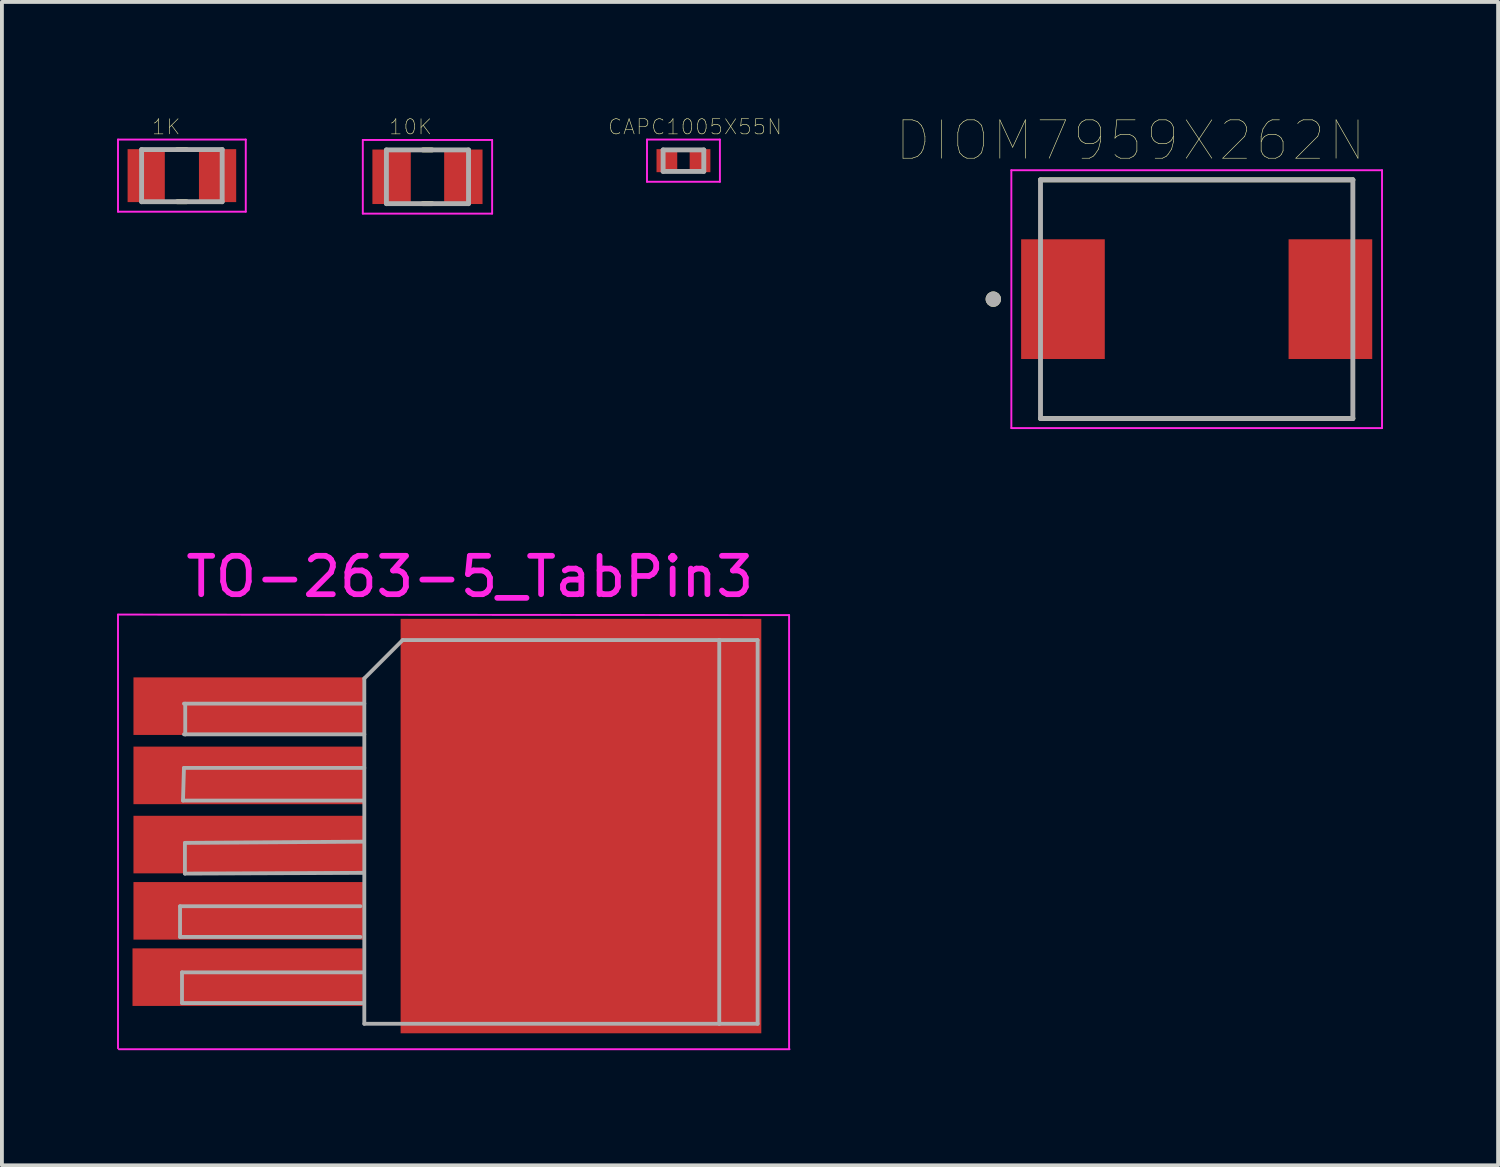
<source format=kicad_pcb>
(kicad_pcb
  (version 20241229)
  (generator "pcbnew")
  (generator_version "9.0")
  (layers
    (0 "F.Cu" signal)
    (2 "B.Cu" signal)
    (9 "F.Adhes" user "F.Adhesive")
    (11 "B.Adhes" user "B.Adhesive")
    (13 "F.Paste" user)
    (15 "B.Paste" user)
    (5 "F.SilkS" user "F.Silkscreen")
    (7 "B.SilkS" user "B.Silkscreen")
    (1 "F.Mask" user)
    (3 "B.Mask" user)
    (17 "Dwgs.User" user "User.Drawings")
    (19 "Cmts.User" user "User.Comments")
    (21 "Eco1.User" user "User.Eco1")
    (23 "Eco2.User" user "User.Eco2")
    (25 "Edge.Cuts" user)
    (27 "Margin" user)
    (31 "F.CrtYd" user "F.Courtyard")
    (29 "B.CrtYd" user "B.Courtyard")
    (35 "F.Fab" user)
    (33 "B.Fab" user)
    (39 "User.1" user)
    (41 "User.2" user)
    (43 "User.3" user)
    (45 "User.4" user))
  (footprint "DIOM7959X262N"
    (layer "F.Cu")
    (at 28.136 4.746)
    (property "Reference" "DIOM7959X262N" (at -1.725 -4.135 0) (layer "F.SilkS") (effects (font (size 1 1) (thickness 0.015))))
    (attr through_hole)
    (fp_line (start -4.07 -3.11) (end 4.07 -3.11) (stroke (width 0.127) (type solid)) (layer "F.SilkS"))
    (fp_line (start -4.07 3.11) (end 4.07 3.11) (stroke (width 0.127) (type solid)) (layer "F.SilkS"))
    (fp_circle (center -5.3 0) (end -5.2 0) (stroke (width 0.2) (type solid)) (fill no) (layer "F.SilkS"))
    (fp_line (start -4.83 -3.36) (end 4.83 -3.36) (stroke (width 0.05) (type solid)) (layer "F.CrtYd"))
    (fp_line (start -4.83 3.36) (end -4.83 -3.36) (stroke (width 0.05) (type solid)) (layer "F.CrtYd"))
    (fp_line (start 4.83 -3.36) (end 4.83 3.36) (stroke (width 0.05) (type solid)) (layer "F.CrtYd"))
    (fp_line (start 4.83 3.36) (end -4.83 3.36) (stroke (width 0.05) (type solid)) (layer "F.CrtYd"))
    (fp_line (start -4.07 -3.11) (end 4.07 -3.11) (stroke (width 0.127) (type solid)) (layer "F.Fab"))
    (fp_line (start -4.07 3.11) (end -4.07 -3.11) (stroke (width 0.127) (type solid)) (layer "F.Fab"))
    (fp_line (start 4.07 -3.11) (end 4.07 3.11) (stroke (width 0.127) (type solid)) (layer "F.Fab"))
    (fp_line (start 4.07 3.11) (end -4.07 3.11) (stroke (width 0.127) (type solid)) (layer "F.Fab"))
    (fp_circle (center -5.3 0) (end -5.2 0) (stroke (width 0.2) (type solid)) (fill no) (layer "F.Fab"))
    (pad "A" smd rect (at 3.485 0) (size 2.18 3.12) (layers "F.Cu" "F.Mask" "F.Paste"))
    (pad "C" smd rect (at -3.485 0) (size 2.18 3.12) (layers "F.Cu" "F.Mask" "F.Paste")))
  (footprint "CAPC1005X55N"
    (layer "F.Cu")
    (at 14.761 1.137)
    (property "Reference" "CAPC1005X55N" (at 0.3 -0.88 0) (layer "F.SilkS") (effects (font (size 0.394 0.394) (thickness 0.015))))
    (attr through_hole)
    (fp_line (start -0.95 -0.55) (end 0.95 -0.55) (stroke (width 0.05) (type solid)) (layer "F.CrtYd"))
    (fp_line (start -0.95 0.55) (end -0.95 -0.55) (stroke (width 0.05) (type solid)) (layer "F.CrtYd"))
    (fp_line (start -0.95 0.55) (end 0.95 0.55) (stroke (width 0.05) (type solid)) (layer "F.CrtYd"))
    (fp_line (start 0.95 0.55) (end 0.95 -0.55) (stroke (width 0.05) (type solid)) (layer "F.CrtYd"))
    (fp_line (start -0.53 0.28) (end -0.53 -0.28) (stroke (width 0.127) (type solid)) (layer "F.Fab"))
    (fp_line (start 0.53 -0.28) (end -0.53 -0.28) (stroke (width 0.127) (type solid)) (layer "F.Fab"))
    (fp_line (start 0.53 0.28) (end -0.53 0.28) (stroke (width 0.127) (type solid)) (layer "F.Fab"))
    (fp_line (start 0.53 0.28) (end 0.53 -0.28) (stroke (width 0.127) (type solid)) (layer "F.Fab"))
    (pad "1" smd rect (at -0.432 0) (size 0.54 0.6) (layers "F.Cu" "F.Mask" "F.Paste"))
    (pad "2" smd rect (at 0.432 0) (size 0.54 0.6) (layers "F.Cu" "F.Mask" "F.Paste")))
  (footprint "1K"
    (layer "F.Cu")
    (at 1.69 1.527)
    (property "Reference" "1K" (at -0.41 -1.27 0) (layer "F.SilkS") (effects (font (size 0.394 0.394) (thickness 0.015))))
    (attr through_hole)
    (fp_line (start -0.12 -0.68) (end 0.12 -0.68) (stroke (width 0.127) (type solid)) (layer "F.SilkS"))
    (fp_line (start -0.12 0.68) (end 0.12 0.68) (stroke (width 0.127) (type solid)) (layer "F.SilkS"))
    (fp_line (start -1.665 -0.94) (end 1.665 -0.94) (stroke (width 0.05) (type solid)) (layer "F.CrtYd"))
    (fp_line (start -1.665 0.94) (end -1.665 -0.94) (stroke (width 0.05) (type solid)) (layer "F.CrtYd"))
    (fp_line (start -1.665 0.94) (end 1.665 0.94) (stroke (width 0.05) (type solid)) (layer "F.CrtYd"))
    (fp_line (start 1.665 0.94) (end 1.665 -0.94) (stroke (width 0.05) (type solid)) (layer "F.CrtYd"))
    (fp_line (start -1.05 0.68) (end -1.05 -0.68) (stroke (width 0.127) (type solid)) (layer "F.Fab"))
    (fp_line (start 1.05 -0.68) (end -1.05 -0.68) (stroke (width 0.127) (type solid)) (layer "F.Fab"))
    (fp_line (start 1.05 0.68) (end -1.05 0.68) (stroke (width 0.127) (type solid)) (layer "F.Fab"))
    (fp_line (start 1.05 0.68) (end 1.05 -0.68) (stroke (width 0.127) (type solid)) (layer "F.Fab"))
    (pad "1" smd rect (at -0.93 0) (size 0.97 1.38) (layers "F.Cu" "F.Mask" "F.Paste"))
    (pad "2" smd rect (at 0.93 0) (size 0.97 1.38) (layers "F.Cu" "F.Mask" "F.Paste")))
  (footprint "10K"
    (layer "F.Cu")
    (at 8.09 1.557)
    (property "Reference" "10K" (at -0.44 -1.3 0) (layer "F.SilkS") (effects (font (size 0.394 0.394) (thickness 0.015))))
    (attr through_hole)
    (fp_line (start -0.12 -0.7) (end 0.12 -0.7) (stroke (width 0.127) (type solid)) (layer "F.SilkS"))
    (fp_line (start -0.12 0.7) (end 0.12 0.7) (stroke (width 0.127) (type solid)) (layer "F.SilkS"))
    (fp_line (start -1.685 -0.96) (end 1.685 -0.96) (stroke (width 0.05) (type solid)) (layer "F.CrtYd"))
    (fp_line (start -1.685 0.96) (end -1.685 -0.96) (stroke (width 0.05) (type solid)) (layer "F.CrtYd"))
    (fp_line (start -1.685 0.96) (end 1.685 0.96) (stroke (width 0.05) (type solid)) (layer "F.CrtYd"))
    (fp_line (start 1.685 0.96) (end 1.685 -0.96) (stroke (width 0.05) (type solid)) (layer "F.CrtYd"))
    (fp_line (start -1.07 0.7) (end -1.07 -0.7) (stroke (width 0.127) (type solid)) (layer "F.Fab"))
    (fp_line (start 1.07 -0.7) (end -1.07 -0.7) (stroke (width 0.127) (type solid)) (layer "F.Fab"))
    (fp_line (start 1.07 0.7) (end -1.07 0.7) (stroke (width 0.127) (type solid)) (layer "F.Fab"))
    (fp_line (start 1.07 0.7) (end 1.07 -0.7) (stroke (width 0.127) (type solid)) (layer "F.Fab"))
    (pad "1" smd rect (at -0.935 0) (size 1 1.42) (layers "F.Cu" "F.Mask" "F.Paste"))
    (pad "2" smd rect (at 0.935 0) (size 1 1.42) (layers "F.Cu" "F.Mask" "F.Paste")))
  (footprint "TO-263-5_TabPin3"
    (layer "F.Cu")
    (at 9.194 18.63)
    (property "Reference" "TO-263-5_TabPin3" (at 0 -6.65 0) (layer "F.CrtYd") (effects (font (size 1 1) (thickness 0.15))))
    (attr smd)
    (fp_line (start -3.378 -4.343) (end -7.976 -4.369) (stroke (width 0.12) (type solid)) (layer "B.Paste"))
    (fp_line (start -3.251 4.801) (end -6.579 4.801) (stroke (width 0.12) (type solid)) (layer "B.Paste"))
    (fp_line (start -2.997 -5.182) (end -3.378 -4.343) (stroke (width 0.12) (type solid)) (layer "B.Paste"))
    (fp_line (start -2.997 -5.182) (end -1.448 -5.182) (stroke (width 0.12) (type solid)) (layer "B.Paste"))
    (fp_line (start -2.87 5.283) (end -3.251 4.801) (stroke (width 0.12) (type solid)) (layer "B.Paste"))
    (fp_line (start -2.845 5.309) (end -1.372 5.309) (stroke (width 0.12) (type solid)) (layer "B.Paste"))
    (fp_line (start -9.169 -5.664) (end -9.169 5.639) (stroke (width 0.05) (type solid)) (layer "F.CrtYd"))
    (fp_line (start -9.169 -5.664) (end 8.32 -5.65) (stroke (width 0.05) (type solid)) (layer "F.CrtYd"))
    (fp_line (start -9.144 5.664) (end 8.331 5.664) (stroke (width 0.05) (type solid)) (layer "F.CrtYd"))
    (fp_line (start 8.32 5.65) (end 8.32 -5.65) (stroke (width 0.05) (type solid)) (layer "F.CrtYd"))
    (fp_line (start -7.552 1.937) (end -7.552 2.737) (stroke (width 0.1) (type solid)) (layer "F.Fab"))
    (fp_line (start -7.552 2.737) (end -2.852 2.737) (stroke (width 0.1) (type solid)) (layer "F.Fab"))
    (fp_line (start -7.501 4.46) (end -7.501 3.66) (stroke (width 0.1) (type solid)) (layer "F.Fab"))
    (fp_line (start -7.501 4.46) (end -2.801 4.46) (stroke (width 0.1) (type solid)) (layer "F.Fab"))
    (fp_line (start -7.475 -0.817) (end -7.45 -1.668) (stroke (width 0.1) (type solid)) (layer "F.Fab"))
    (fp_line (start -7.475 -0.817) (end -2.775 -0.817) (stroke (width 0.1) (type solid)) (layer "F.Fab"))
    (fp_line (start -7.45 -2.543) (end -2.75 -2.543) (stroke (width 0.1) (type solid)) (layer "F.Fab"))
    (fp_line (start -7.425 0.286) (end -7.425 1.086) (stroke (width 0.1) (type solid)) (layer "F.Fab"))
    (fp_line (start -7.425 1.086) (end -2.769 1.067) (stroke (width 0.1) (type solid)) (layer "F.Fab"))
    (fp_line (start -7.417 -3.34) (end -7.417 -2.54) (stroke (width 0.1) (type solid)) (layer "F.Fab"))
    (fp_line (start -2.852 1.937) (end -7.552 1.937) (stroke (width 0.1) (type solid)) (layer "F.Fab"))
    (fp_line (start -2.801 3.66) (end -7.501 3.66) (stroke (width 0.1) (type solid)) (layer "F.Fab"))
    (fp_line (start -2.769 0.254) (end -7.425 0.286) (stroke (width 0.1) (type solid)) (layer "F.Fab"))
    (fp_line (start -2.75 -4) (end -1.75 -5) (stroke (width 0.1) (type solid)) (layer "F.Fab"))
    (fp_line (start -2.75 -3.343) (end -7.45 -3.343) (stroke (width 0.1) (type solid)) (layer "F.Fab"))
    (fp_line (start -2.75 -1.668) (end -7.45 -1.668) (stroke (width 0.1) (type solid)) (layer "F.Fab"))
    (fp_line (start -2.75 5) (end -2.75 -4) (stroke (width 0.1) (type solid)) (layer "F.Fab"))
    (fp_line (start -1.75 -5) (end 6.5 -5) (stroke (width 0.1) (type solid)) (layer "F.Fab"))
    (fp_line (start 6.5 -5) (end 6.5 5) (stroke (width 0.1) (type solid)) (layer "F.Fab"))
    (fp_line (start 6.5 -5) (end 7.5 -5) (stroke (width 0.1) (type solid)) (layer "F.Fab"))
    (fp_line (start 6.5 5) (end -2.75 5) (stroke (width 0.1) (type solid)) (layer "F.Fab"))
    (fp_line (start 7.5 -5) (end 7.5 5) (stroke (width 0.1) (type solid)) (layer "F.Fab"))
    (fp_line (start 7.5 5) (end 6.5 5) (stroke (width 0.1) (type solid)) (layer "F.Fab"))
    (pad "" smd rect (at 0.33 2.464) (size 4.55 5.25) (layers "F.Paste"))
    (pad "" smd rect (at 0.381 -3.023) (size 4.55 5.25) (layers "F.Paste"))
    (pad "" smd rect (at 5.232 2.464) (size 4.55 5.25) (layers "F.Paste"))
    (pad "" smd rect (at 5.283 -2.946) (size 4.55 5.25) (layers "F.Paste"))
    (pad "1" smd rect (at -5.766 -3.277) (size 6 1.5) (layers "F.Cu" "F.Mask" "F.Paste"))
    (pad "2" smd rect (at -5.766 -1.473) (size 6 1.5) (layers "F.Cu" "F.Mask" "F.Paste"))
    (pad "3" smd rect (at -5.766 0.33) (size 6 1.5) (layers "F.Cu" "F.Mask" "F.Paste"))
    (pad "3" smd rect (at 2.896 -0.152) (size 9.4 10.8) (layers "F.Cu" "F.Mask"))
    (pad "4" smd rect (at -5.791 3.785) (size 6 1.5) (layers "F.Cu" "F.Mask" "F.Paste"))
    (pad "5" smd rect (at -5.766 2.057) (size 6 1.5) (layers "F.Cu" "F.Mask" "F.Paste")))
  (gr_rect
    (start -3 -3)
    (end 35.991 27.319)
    (stroke (width 0.1) (type default))
    (fill no)
    (layer "Edge.Cuts")))
</source>
